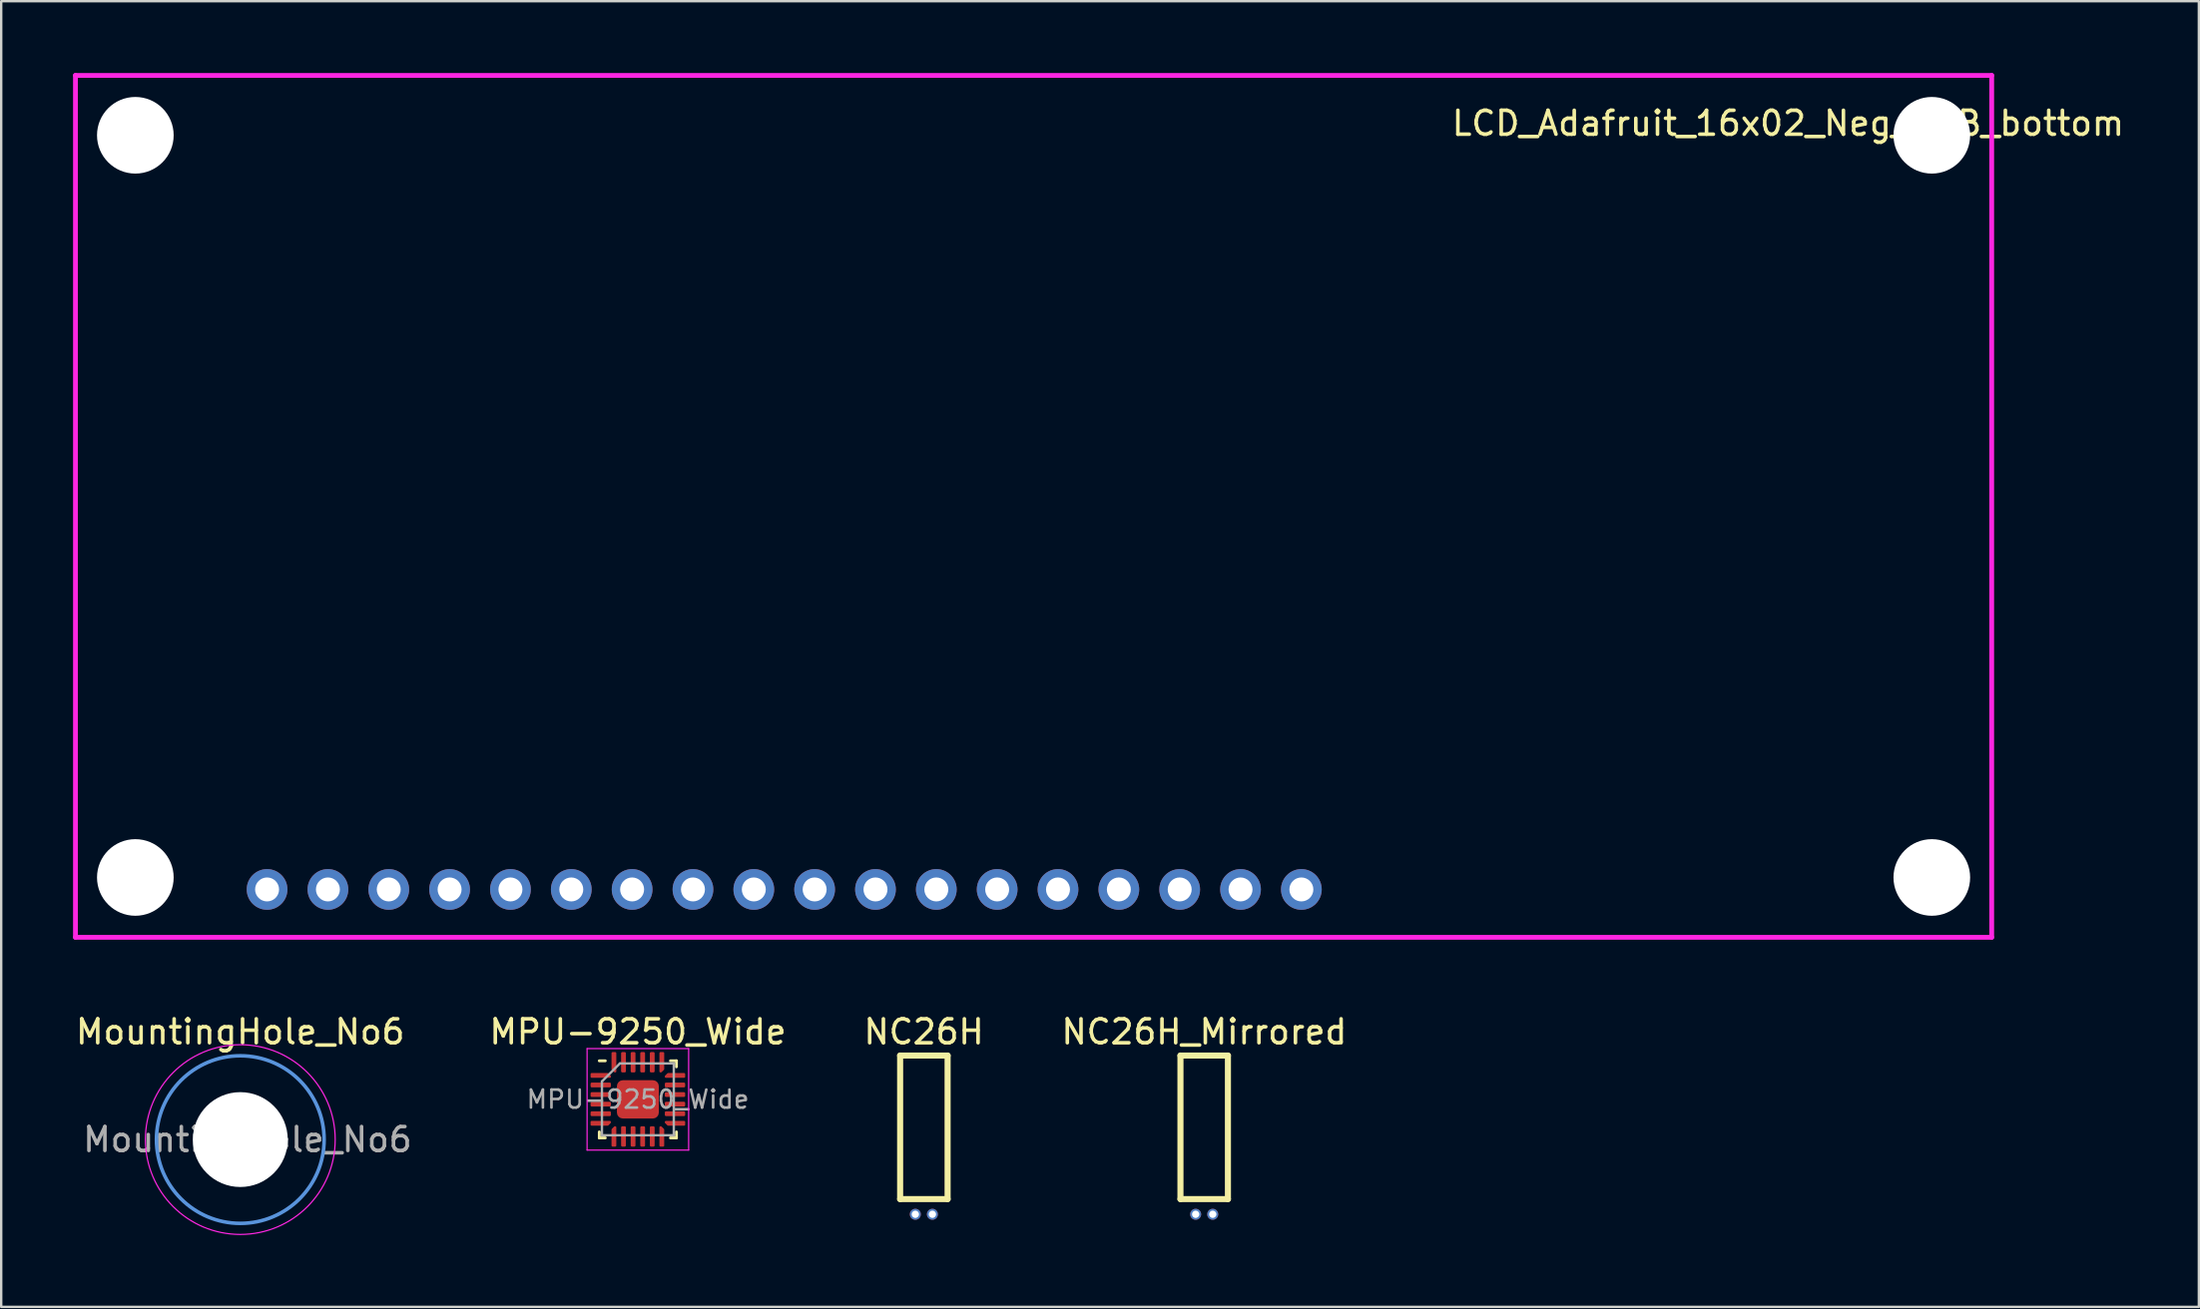
<source format=kicad_pcb>
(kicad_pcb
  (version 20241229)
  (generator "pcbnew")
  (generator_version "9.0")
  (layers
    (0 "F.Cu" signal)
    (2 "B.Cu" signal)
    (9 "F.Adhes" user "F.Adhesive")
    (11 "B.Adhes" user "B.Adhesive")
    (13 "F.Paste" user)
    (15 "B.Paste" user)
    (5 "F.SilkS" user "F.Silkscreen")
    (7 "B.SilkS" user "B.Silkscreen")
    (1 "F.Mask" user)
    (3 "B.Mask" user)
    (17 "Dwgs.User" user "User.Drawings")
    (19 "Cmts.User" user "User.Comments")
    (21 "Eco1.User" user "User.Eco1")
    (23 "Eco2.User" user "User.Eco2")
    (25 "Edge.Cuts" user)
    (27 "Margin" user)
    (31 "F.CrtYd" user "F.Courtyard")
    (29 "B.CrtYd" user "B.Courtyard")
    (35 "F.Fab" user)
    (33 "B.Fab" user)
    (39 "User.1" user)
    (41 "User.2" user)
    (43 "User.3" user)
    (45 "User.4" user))
  (footprint "LCD_Adafruit_16x02_Neg_RGB_bottom"
    (layer "F.Cu")
    (at 8.1 34.1)
    (property "Reference" "LCD_Adafruit_16x02_Neg_RGB_bottom" (at 63.5 -32 0) (layer "F.SilkS") (effects (font (size 1 1) (thickness 0.15))))
    (attr through_hole)
    (fp_line (start -8 -34) (end -8 2) (stroke (width 0.2) (type solid)) (layer "F.CrtYd"))
    (fp_line (start -8 -34) (end 72 -34) (stroke (width 0.2) (type solid)) (layer "F.CrtYd"))
    (fp_line (start -8 2) (end 72 2) (stroke (width 0.2) (type solid)) (layer "F.CrtYd"))
    (fp_line (start 72 -34) (end 72 2) (stroke (width 0.2) (type solid)) (layer "F.CrtYd"))
    (pad "" np_thru_hole circle (at -5.5 -31.5) (size 3.2 3.2) (drill 3.2) (layers "*.Cu" "*.Mask"))
    (pad "" np_thru_hole circle (at -5.5 -0.5) (size 3.2 3.2) (drill 3.2) (layers "*.Cu" "*.Mask"))
    (pad "" np_thru_hole circle (at 69.5 -31.5) (size 3.2 3.2) (drill 3.2) (layers "*.Cu" "*.Mask"))
    (pad "" np_thru_hole circle (at 69.5 -0.5) (size 3.2 3.2) (drill 3.2) (layers "*.Cu" "*.Mask"))
    (pad "1" thru_hole circle (at 0 0) (size 1.7 1.7) (drill 1) (layers "*.Cu" "*.Mask"))
    (pad "2" thru_hole circle (at 2.54 0) (size 1.7 1.7) (drill 1) (layers "*.Cu" "*.Mask"))
    (pad "3" thru_hole circle (at 5.08 0) (size 1.7 1.7) (drill 1) (layers "*.Cu" "*.Mask"))
    (pad "4" thru_hole circle (at 7.62 0) (size 1.7 1.7) (drill 1) (layers "*.Cu" "*.Mask"))
    (pad "5" thru_hole circle (at 10.16 0) (size 1.7 1.7) (drill 1) (layers "*.Cu" "*.Mask"))
    (pad "6" thru_hole circle (at 12.7 0) (size 1.7 1.7) (drill 1) (layers "*.Cu" "*.Mask"))
    (pad "7" thru_hole circle (at 15.24 0) (size 1.7 1.7) (drill 1) (layers "*.Cu" "*.Mask"))
    (pad "8" thru_hole circle (at 17.78 0) (size 1.7 1.7) (drill 1) (layers "*.Cu" "*.Mask"))
    (pad "9" thru_hole circle (at 20.32 0) (size 1.7 1.7) (drill 1) (layers "*.Cu" "*.Mask"))
    (pad "10" thru_hole circle (at 22.86 0) (size 1.7 1.7) (drill 1) (layers "*.Cu" "*.Mask"))
    (pad "11" thru_hole circle (at 25.4 0) (size 1.7 1.7) (drill 1) (layers "*.Cu" "*.Mask"))
    (pad "12" thru_hole circle (at 27.94 0) (size 1.7 1.7) (drill 1) (layers "*.Cu" "*.Mask"))
    (pad "13" thru_hole circle (at 30.48 0) (size 1.7 1.7) (drill 1) (layers "*.Cu" "*.Mask"))
    (pad "14" thru_hole circle (at 33.02 0) (size 1.7 1.7) (drill 1) (layers "*.Cu" "*.Mask"))
    (pad "15" thru_hole circle (at 35.56 0) (size 1.7 1.7) (drill 1) (layers "*.Cu" "*.Mask"))
    (pad "16" thru_hole circle (at 38.1 0) (size 1.7 1.7) (drill 1) (layers "*.Cu" "*.Mask"))
    (pad "17" thru_hole circle (at 40.64 0) (size 1.7 1.7) (drill 1) (layers "*.Cu" "*.Mask"))
    (pad "18" thru_hole circle (at 43.18 0) (size 1.7 1.7) (drill 1) (layers "*.Cu" "*.Mask")))
  (footprint "MPU-9250_Wide"
    (layer "F.Cu")
    (at 23.58 42.868)
    (property "Reference" "MPU-9250_Wide" (at 0 -2.82 0) (layer "F.SilkS") (effects (font (size 1 1) (thickness 0.15))))
    (attr smd)
    (fp_line (start -1.61 1.61) (end -1.61 1.36) (stroke (width 0.12) (type solid)) (layer "F.SilkS"))
    (fp_line (start -1.36 -1.61) (end -1.61 -1.61) (stroke (width 0.12) (type solid)) (layer "F.SilkS"))
    (fp_line (start -1.36 1.61) (end -1.61 1.61) (stroke (width 0.12) (type solid)) (layer "F.SilkS"))
    (fp_line (start 1.36 -1.61) (end 1.61 -1.61) (stroke (width 0.12) (type solid)) (layer "F.SilkS"))
    (fp_line (start 1.36 1.61) (end 1.61 1.61) (stroke (width 0.12) (type solid)) (layer "F.SilkS"))
    (fp_line (start 1.61 -1.61) (end 1.61 -1.36) (stroke (width 0.12) (type solid)) (layer "F.SilkS"))
    (fp_line (start 1.61 1.61) (end 1.61 1.36) (stroke (width 0.12) (type solid)) (layer "F.SilkS"))
    (fp_line (start -2.12 -2.12) (end -2.12 2.12) (stroke (width 0.05) (type solid)) (layer "F.CrtYd"))
    (fp_line (start -2.12 2.12) (end 2.12 2.12) (stroke (width 0.05) (type solid)) (layer "F.CrtYd"))
    (fp_line (start 2.12 -2.12) (end -2.12 -2.12) (stroke (width 0.05) (type solid)) (layer "F.CrtYd"))
    (fp_line (start 2.12 2.12) (end 2.12 -2.12) (stroke (width 0.05) (type solid)) (layer "F.CrtYd"))
    (fp_line (start -1.5 -0.75) (end -0.75 -1.5) (stroke (width 0.1) (type solid)) (layer "F.Fab"))
    (fp_line (start -1.5 1.5) (end -1.5 -0.75) (stroke (width 0.1) (type solid)) (layer "F.Fab"))
    (fp_line (start -0.75 -1.5) (end 1.5 -1.5) (stroke (width 0.1) (type solid)) (layer "F.Fab"))
    (fp_line (start 1.5 -1.5) (end 1.5 1.5) (stroke (width 0.1) (type solid)) (layer "F.Fab"))
    (fp_line (start 1.5 1.5) (end -1.5 1.5) (stroke (width 0.1) (type solid)) (layer "F.Fab"))
    (fp_text user "${REFERENCE}" (at 0 0 0) (layer "F.Fab") (effects (font (size 0.75 0.75) (thickness 0.11))))
    (pad "" smd roundrect (at -0.44 -0.4) (size 0.71 0.64) (layers "F.Paste") (roundrect_rratio 0.25))
    (pad "" smd roundrect (at -0.44 0.4) (size 0.71 0.64) (layers "F.Paste") (roundrect_rratio 0.25))
    (pad "" smd roundrect (at 0.44 -0.4) (size 0.71 0.64) (layers "F.Paste") (roundrect_rratio 0.25))
    (pad "" smd roundrect (at 0.44 0.4) (size 0.71 0.64) (layers "F.Paste") (roundrect_rratio 0.25))
    (pad "1" smd custom (at -1.5 -1) (size 0.115 0.115) (layers "F.Cu" "F.Mask" "F.Paste") (options (anchor circle)) (primitives (gr_poly (pts (xy -0.435 -0.06) (xy 0.238 -0.06) (xy 0.335 0.037) (xy 0.335 0.06) (xy -0.435 0.06)) (width 0.08) (fill yes))))
    (pad "2" smd roundrect (at -1.55 -0.6) (size 0.85 0.2) (layers "F.Cu" "F.Mask" "F.Paste") (roundrect_rratio 0.25))
    (pad "3" smd roundrect (at -1.55 -0.2) (size 0.85 0.2) (layers "F.Cu" "F.Mask" "F.Paste") (roundrect_rratio 0.25))
    (pad "4" smd roundrect (at -1.55 0.2) (size 0.85 0.2) (layers "F.Cu" "F.Mask" "F.Paste") (roundrect_rratio 0.25))
    (pad "5" smd roundrect (at -1.55 0.6) (size 0.85 0.2) (layers "F.Cu" "F.Mask" "F.Paste") (roundrect_rratio 0.25))
    (pad "6" smd custom (at -1.5 1) (size 0.115 0.115) (layers "F.Cu" "F.Mask" "F.Paste") (options (anchor circle)) (primitives (gr_poly (pts (xy -0.435 -0.06) (xy 0.335 -0.06) (xy 0.335 -0.037) (xy 0.238 0.06) (xy -0.435 0.06)) (width 0.08) (fill yes))))
    (pad "7" smd custom (at -1 1.5) (size 0.115 0.115) (layers "F.Cu" "F.Mask" "F.Paste") (options (anchor circle)) (primitives (gr_poly (pts (xy -0.06 -0.238) (xy 0.037 -0.335) (xy 0.06 -0.335) (xy 0.06 0.435) (xy -0.06 0.435)) (width 0.08) (fill yes))))
    (pad "8" smd roundrect (at -0.6 1.55) (size 0.2 0.85) (layers "F.Cu" "F.Mask" "F.Paste") (roundrect_rratio 0.25))
    (pad "9" smd roundrect (at -0.2 1.55) (size 0.2 0.85) (layers "F.Cu" "F.Mask" "F.Paste") (roundrect_rratio 0.25))
    (pad "10" smd roundrect (at 0.2 1.55) (size 0.2 0.85) (layers "F.Cu" "F.Mask" "F.Paste") (roundrect_rratio 0.25))
    (pad "11" smd roundrect (at 0.6 1.55) (size 0.2 0.85) (layers "F.Cu" "F.Mask" "F.Paste") (roundrect_rratio 0.25))
    (pad "12" smd custom (at 1 1.5) (size 0.115 0.115) (layers "F.Cu" "F.Mask" "F.Paste") (options (anchor circle)) (primitives (gr_poly (pts (xy -0.06 -0.335) (xy -0.037 -0.335) (xy 0.06 -0.238) (xy 0.06 0.435) (xy -0.06 0.435)) (width 0.08) (fill yes))))
    (pad "13" smd custom (at 1.5 1) (size 0.115 0.115) (layers "F.Cu" "F.Mask" "F.Paste") (options (anchor circle)) (primitives (gr_poly (pts (xy -0.335 -0.06) (xy 0.435 -0.06) (xy 0.435 0.06) (xy -0.238 0.06) (xy -0.335 -0.037)) (width 0.08) (fill yes))))
    (pad "14" smd roundrect (at 1.55 0.6) (size 0.85 0.2) (layers "F.Cu" "F.Mask" "F.Paste") (roundrect_rratio 0.25))
    (pad "15" smd roundrect (at 1.55 0.2) (size 0.85 0.2) (layers "F.Cu" "F.Mask" "F.Paste") (roundrect_rratio 0.25))
    (pad "16" smd roundrect (at 1.55 -0.2) (size 0.85 0.2) (layers "F.Cu" "F.Mask" "F.Paste") (roundrect_rratio 0.25))
    (pad "17" smd roundrect (at 1.55 -0.6) (size 0.85 0.2) (layers "F.Cu" "F.Mask" "F.Paste") (roundrect_rratio 0.25))
    (pad "18" smd custom (at 1.5 -1) (size 0.115 0.115) (layers "F.Cu" "F.Mask" "F.Paste") (options (anchor circle)) (primitives (gr_poly (pts (xy -0.335 0.037) (xy -0.238 -0.06) (xy 0.435 -0.06) (xy 0.435 0.06) (xy -0.335 0.06)) (width 0.08) (fill yes))))
    (pad "19" smd custom (at 1 -1.5) (size 0.115 0.115) (layers "F.Cu" "F.Mask" "F.Paste") (options (anchor circle)) (primitives (gr_poly (pts (xy -0.06 -0.435) (xy 0.06 -0.435) (xy 0.06 0.238) (xy -0.037 0.335) (xy -0.06 0.335)) (width 0.08) (fill yes))))
    (pad "20" smd roundrect (at 0.6 -1.55) (size 0.2 0.85) (layers "F.Cu" "F.Mask" "F.Paste") (roundrect_rratio 0.25))
    (pad "21" smd roundrect (at 0.2 -1.55) (size 0.2 0.85) (layers "F.Cu" "F.Mask" "F.Paste") (roundrect_rratio 0.25))
    (pad "22" smd roundrect (at -0.2 -1.55) (size 0.2 0.85) (layers "F.Cu" "F.Mask" "F.Paste") (roundrect_rratio 0.25))
    (pad "23" smd roundrect (at -0.6 -1.55) (size 0.2 0.85) (layers "F.Cu" "F.Mask" "F.Paste") (roundrect_rratio 0.25))
    (pad "24" smd custom (at -1 -1.5) (size 0.115 0.115) (layers "F.Cu" "F.Mask" "F.Paste") (options (anchor circle)) (primitives (gr_poly (pts (xy -0.06 -0.435) (xy 0.06 -0.435) (xy 0.06 0.335) (xy 0.037 0.335) (xy -0.06 0.238)) (width 0.08) (fill yes))))
    (pad "25" smd roundrect (at 0 0) (size 1.75 1.6) (layers "F.Cu" "F.Mask") (roundrect_rratio 0.156)))
  (footprint "MountingHole_No6"
    (layer "F.Cu")
    (at 6.982 44.548)
    (property "Reference" "MountingHole_No6" (at 0 -4.5 0) (layer "F.SilkS") (effects (font (size 1 1) (thickness 0.15))))
    (attr exclude_from_pos_files exclude_from_bom)
    (fp_circle (center 0 0) (end 3.5 0) (stroke (width 0.15) (type solid)) (fill no) (layer "Cmts.User"))
    (fp_circle (center 0 0) (end 3.962 0) (stroke (width 0.05) (type solid)) (fill no) (layer "F.CrtYd"))
    (fp_text user "${REFERENCE}" (at 0.3 0 0) (layer "F.Fab") (effects (font (size 1 1) (thickness 0.15))))
    (pad "" np_thru_hole circle (at 0 0) (size 3.962 3.962) (drill 3.962) (layers "*.Cu" "*.Mask")))
  (footprint "NC26H"
    (layer "F.Cu")
    (at 35.52 47.668)
    (property "Reference" "NC26H" (at 0 -7.62 0) (layer "F.SilkS") (effects (font (size 1 1) (thickness 0.15))))
    (attr through_hole)
    (fp_line (start -0.991 -6.629) (end 0.991 -6.629) (stroke (width 0.254) (type solid)) (layer "F.SilkS"))
    (fp_line (start -0.991 -0.635) (end -0.991 -6.629) (stroke (width 0.254) (type solid)) (layer "F.SilkS"))
    (fp_line (start -0.991 -0.635) (end 0.991 -0.635) (stroke (width 0.254) (type solid)) (layer "F.SilkS"))
    (fp_line (start 0.991 -0.635) (end 0.991 -6.629) (stroke (width 0.254) (type solid)) (layer "F.SilkS"))
    (pad "1" thru_hole circle (at -0.356 0) (size 0.457 0.457) (drill 0.305) (layers "*.Cu" "*.Mask"))
    (pad "2" thru_hole circle (at 0.356 0) (size 0.457 0.457) (drill 0.305) (layers "*.Cu" "*.Mask")))
  (footprint "NC26H_Mirrored"
    (layer "F.Cu")
    (at 47.223 47.668)
    (property "Reference" "NC26H_Mirrored" (at 0 -7.62 0) (layer "F.SilkS") (effects (font (size 1 1) (thickness 0.15))))
    (attr through_hole)
    (fp_line (start -0.991 -6.629) (end 0.991 -6.629) (stroke (width 0.254) (type solid)) (layer "F.SilkS"))
    (fp_line (start -0.991 -0.635) (end -0.991 -6.629) (stroke (width 0.254) (type solid)) (layer "F.SilkS"))
    (fp_line (start -0.991 -0.635) (end 0.991 -0.635) (stroke (width 0.254) (type solid)) (layer "F.SilkS"))
    (fp_line (start 0.991 -0.635) (end 0.991 -6.629) (stroke (width 0.254) (type solid)) (layer "F.SilkS"))
    (pad "1" thru_hole circle (at 0.356 0) (size 0.457 0.457) (drill 0.305) (layers "*.Cu" "*.Mask"))
    (pad "2" thru_hole circle (at -0.356 0) (size 0.457 0.457) (drill 0.305) (layers "*.Cu" "*.Mask")))
  (gr_rect
    (start -3 -3)
    (end 88.749 51.536)
    (stroke (width 0.1) (type default))
    (fill no)
    (layer "Edge.Cuts")))
</source>
